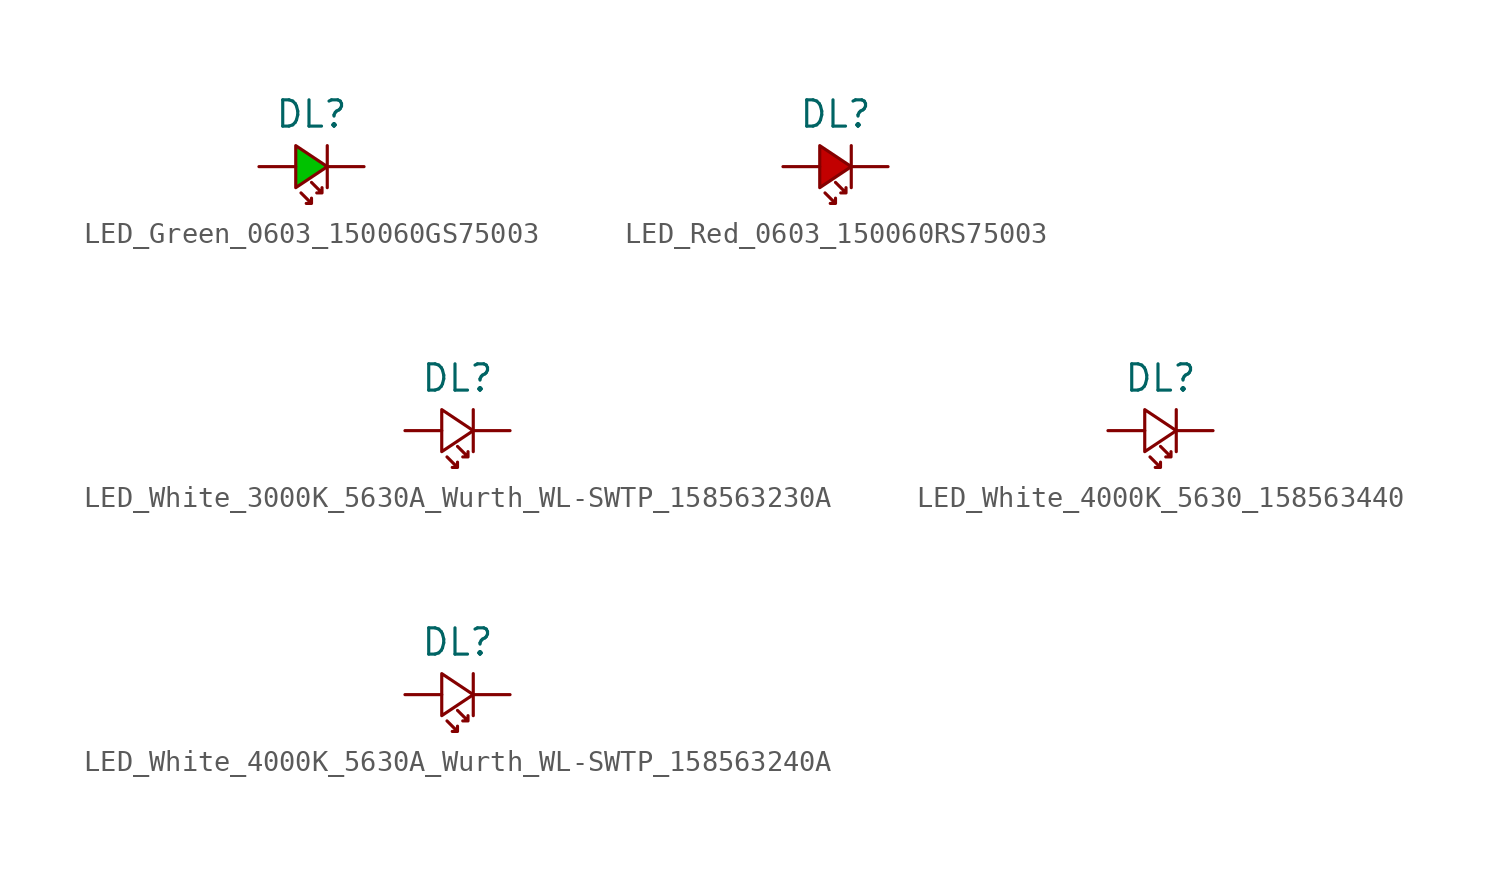
<source format=kicad_sym>
(kicad_symbol_lib
  (version 20220914)
  (generator kicad_symbol_editor)
  (symbol "LED_Green_0603_150060GS75003"
    (pin_numbers hide)
    (pin_names
      (offset 0) hide)
    (property "Reference" "DL"
      (at 0 2.54 0)
      (effects (font (size 1.27 1.27))))
    (symbol "LED_Green_0603_150060GS75003_0_1"
      (polyline (pts (xy 0.762 1.016) (xy 0.762 -1.016)) (stroke (width 0) (type solid)) (fill (type none)))
      (polyline (pts (xy -0.508 -1.27) (xy 0 -1.778) (xy -0.254 -1.778) (xy 0 -1.778) (xy 0 -1.524)) (stroke (width 0) (type solid)) (fill (type none)))
      (polyline (pts (xy 0 -0.762) (xy 0.508 -1.27) (xy 0.254 -1.27) (xy 0.508 -1.27) (xy 0.508 -1.016)) (stroke (width 0) (type solid)) (fill (type none))))
    (symbol "LED_Green_0603_150060GS75003_1_1"
      (polyline (pts (xy -0.762 1.016) (xy 0.762 0) (xy -0.762 -1.016) (xy -0.762 1.016)) (stroke (width 0) (type solid)) (fill (type color) (color 0 194 0 1)))
      (pin passive line (at 2.54 0 180) (length 1.778) (name "K" (effects (font (size 1.27 1.27)))) (number "1" (effects (font (size 1.27 1.27)))))
      (pin passive line (at -2.54 0 0) (length 1.778) (name "A" (effects (font (size 1.27 1.27)))) (number "2" (effects (font (size 1.27 1.27)))))))
  (symbol "LED_Red_0603_150060RS75003"
    (pin_numbers hide)
    (pin_names
      (offset 0) hide)
    (property "Reference" "DL"
      (at 0 2.54 0)
      (effects (font (size 1.27 1.27))))
    (symbol "LED_Red_0603_150060RS75003_0_1"
      (polyline (pts (xy 0.762 1.016) (xy 0.762 -1.016)) (stroke (width 0) (type solid)) (fill (type none)))
      (polyline (pts (xy -0.508 -1.27) (xy 0 -1.778) (xy -0.254 -1.778) (xy 0 -1.778) (xy 0 -1.524)) (stroke (width 0) (type solid)) (fill (type none)))
      (polyline (pts (xy 0 -0.762) (xy 0.508 -1.27) (xy 0.254 -1.27) (xy 0.508 -1.27) (xy 0.508 -1.016)) (stroke (width 0) (type solid)) (fill (type none))))
    (symbol "LED_Red_0603_150060RS75003_1_1"
      (polyline (pts (xy -0.762 1.016) (xy 0.762 0) (xy -0.762 -1.016) (xy -0.762 1.016)) (stroke (width 0) (type solid)) (fill (type color) (color 194 0 0 1)))
      (pin passive line (at 2.54 0 180) (length 1.778) (name "K" (effects (font (size 1.27 1.27)))) (number "1" (effects (font (size 1.27 1.27)))))
      (pin passive line (at -2.54 0 0) (length 1.778) (name "A" (effects (font (size 1.27 1.27)))) (number "2" (effects (font (size 1.27 1.27)))))))
  (symbol "LED_White_3000K_5630A_Wurth_WL-SWTP_158563230A"
    (pin_numbers hide)
    (pin_names
      (offset 0) hide)
    (property "Reference" "DL"
      (at 0 2.54 0)
      (effects (font (size 1.27 1.27))))
    (symbol "LED_White_3000K_5630A_Wurth_WL-SWTP_158563230A_0_1"
      (polyline (pts (xy 0.762 1.016) (xy 0.762 -1.016)) (stroke (width 0) (type solid)) (fill (type none)))
      (polyline (pts (xy -0.508 -1.27) (xy 0 -1.778) (xy -0.254 -1.778) (xy 0 -1.778) (xy 0 -1.524)) (stroke (width 0) (type solid)) (fill (type none)))
      (polyline (pts (xy 0 -0.762) (xy 0.508 -1.27) (xy 0.254 -1.27) (xy 0.508 -1.27) (xy 0.508 -1.016)) (stroke (width 0) (type solid)) (fill (type none))))
    (symbol "LED_White_3000K_5630A_Wurth_WL-SWTP_158563230A_1_1"
      (polyline (pts (xy -0.762 1.016) (xy 0.762 0) (xy -0.762 -1.016) (xy -0.762 1.016)) (stroke (width 0) (type solid)) (fill (type none)))
      (pin passive line (at 2.54 0 180) (length 1.778) (name "K" (effects (font (size 1.27 1.27)))) (number "1" (effects (font (size 1.27 1.27)))))
      (pin passive line (at -2.54 0 0) (length 1.778) (name "A" (effects (font (size 1.27 1.27)))) (number "3" (effects (font (size 1.27 1.27)))))))
  (symbol "LED_White_4000K_5630_158563440"
    (pin_numbers hide)
    (pin_names
      (offset 0) hide)
    (property "Reference" "DL"
      (at 0 2.54 0)
      (effects (font (size 1.27 1.27))))
    (symbol "LED_White_4000K_5630_158563440_0_1"
      (polyline (pts (xy 0.762 1.016) (xy 0.762 -1.016)) (stroke (width 0) (type solid)) (fill (type none)))
      (polyline (pts (xy -0.508 -1.27) (xy 0 -1.778) (xy -0.254 -1.778) (xy 0 -1.778) (xy 0 -1.524)) (stroke (width 0) (type solid)) (fill (type none)))
      (polyline (pts (xy 0 -0.762) (xy 0.508 -1.27) (xy 0.254 -1.27) (xy 0.508 -1.27) (xy 0.508 -1.016)) (stroke (width 0) (type solid)) (fill (type none))))
    (symbol "LED_White_4000K_5630_158563440_1_1"
      (polyline (pts (xy -0.762 1.016) (xy 0.762 0) (xy -0.762 -1.016) (xy -0.762 1.016)) (stroke (width 0) (type solid)) (fill (type none)))
      (pin passive line (at 2.54 0 180) (length 1.778) (name "K" (effects (font (size 1.27 1.27)))) (number "1" (effects (font (size 1.27 1.27)))))
      (pin passive line (at -2.54 0 0) (length 1.778) (name "A" (effects (font (size 1.27 1.27)))) (number "2" (effects (font (size 1.27 1.27)))))))
  (symbol "LED_White_4000K_5630A_Wurth_WL-SWTP_158563240A"
    (pin_numbers hide)
    (pin_names
      (offset 0) hide)
    (property "Reference" "DL"
      (at 0 2.54 0)
      (effects (font (size 1.27 1.27))))
    (symbol "LED_White_4000K_5630A_Wurth_WL-SWTP_158563240A_0_1"
      (polyline (pts (xy 0.762 1.016) (xy 0.762 -1.016)) (stroke (width 0) (type solid)) (fill (type none)))
      (polyline (pts (xy -0.508 -1.27) (xy 0 -1.778) (xy -0.254 -1.778) (xy 0 -1.778) (xy 0 -1.524)) (stroke (width 0) (type solid)) (fill (type none)))
      (polyline (pts (xy 0 -0.762) (xy 0.508 -1.27) (xy 0.254 -1.27) (xy 0.508 -1.27) (xy 0.508 -1.016)) (stroke (width 0) (type solid)) (fill (type none))))
    (symbol "LED_White_4000K_5630A_Wurth_WL-SWTP_158563240A_1_1"
      (polyline (pts (xy -0.762 1.016) (xy 0.762 0) (xy -0.762 -1.016) (xy -0.762 1.016)) (stroke (width 0) (type solid)) (fill (type none)))
      (pin passive line (at 2.54 0 180) (length 1.778) (name "K" (effects (font (size 1.27 1.27)))) (number "1" (effects (font (size 1.27 1.27)))))
      (pin passive line (at -2.54 0 0) (length 1.778) (name "A" (effects (font (size 1.27 1.27)))) (number "3" (effects (font (size 1.27 1.27))))))))
</source>
